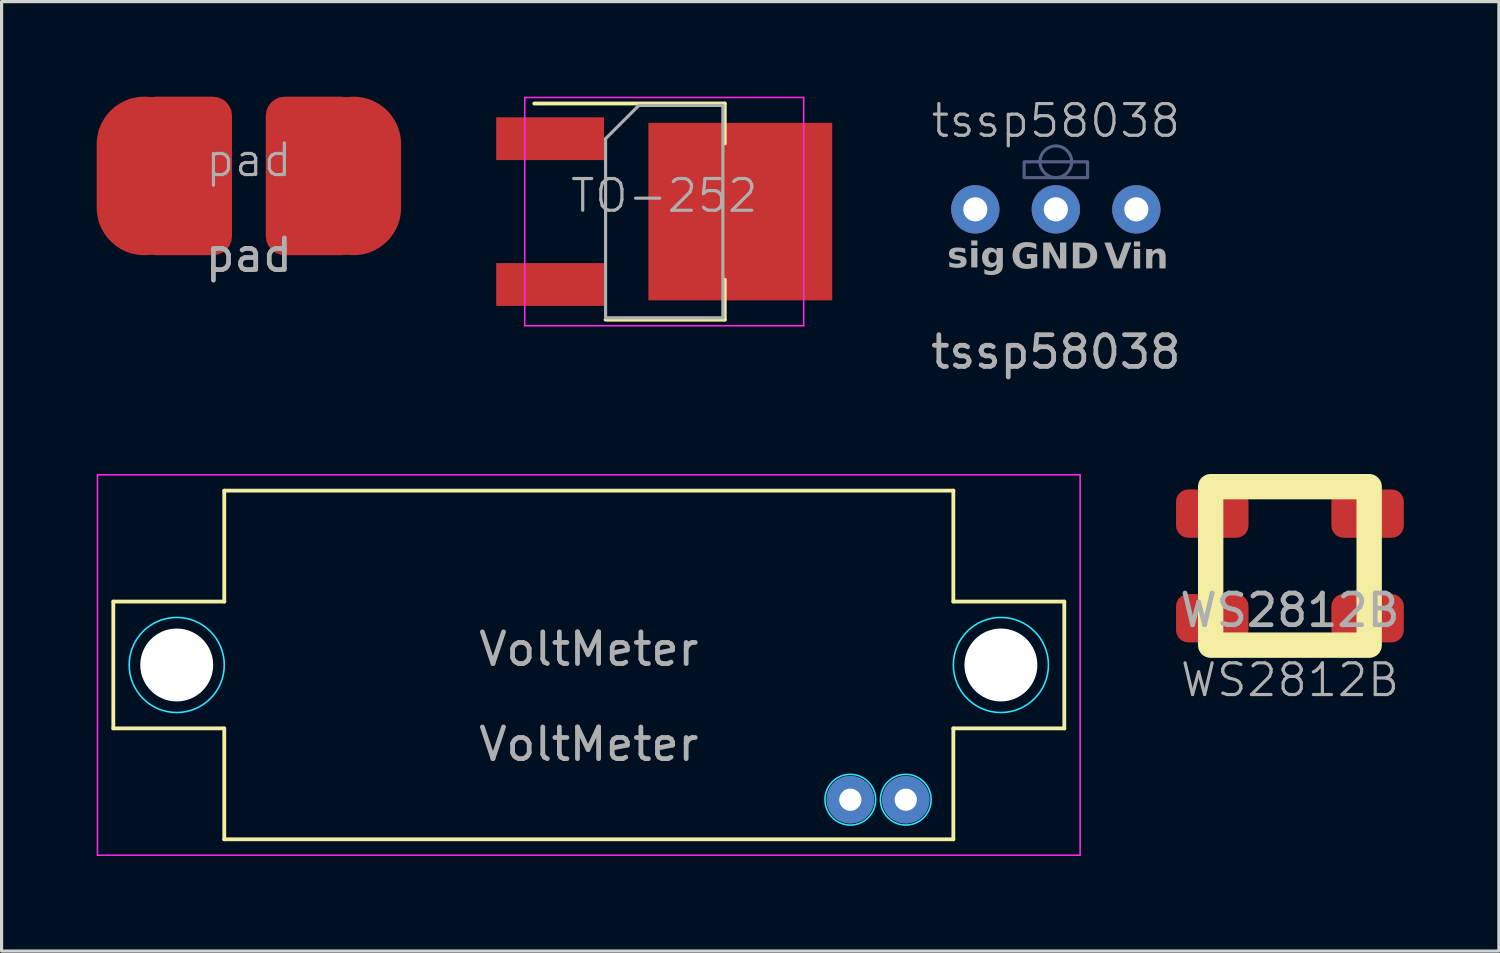
<source format=kicad_pcb>
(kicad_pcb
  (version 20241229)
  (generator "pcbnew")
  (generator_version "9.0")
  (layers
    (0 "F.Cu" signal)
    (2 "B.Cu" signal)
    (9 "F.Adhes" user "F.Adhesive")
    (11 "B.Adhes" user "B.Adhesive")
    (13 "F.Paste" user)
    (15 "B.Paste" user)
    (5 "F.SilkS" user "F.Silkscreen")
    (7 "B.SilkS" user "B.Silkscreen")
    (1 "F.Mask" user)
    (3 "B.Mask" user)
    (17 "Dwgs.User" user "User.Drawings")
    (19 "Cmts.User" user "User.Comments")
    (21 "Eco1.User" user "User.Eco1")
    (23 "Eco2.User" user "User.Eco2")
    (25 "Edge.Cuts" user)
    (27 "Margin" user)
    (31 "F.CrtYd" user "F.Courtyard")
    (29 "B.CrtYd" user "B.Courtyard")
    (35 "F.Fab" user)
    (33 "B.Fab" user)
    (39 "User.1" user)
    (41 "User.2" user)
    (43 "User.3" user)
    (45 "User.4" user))
  (footprint "tssp58038"
    (layer "F.Cu")
    (at 30.258 3.554)
    (property "Reference" "tssp58038" (at 0 -2.794 0) (unlocked yes) (layer "F.Fab") (effects (font (size 1 1) (thickness 0.1))))
    (attr through_hole)
    (fp_rect (start 1 -1.5) (end -1 -1) (stroke (width 0.1) (type solid)) (fill no) (layer "B.Fab"))
    (fp_circle (center 0 -1.5) (end 0.5 -1.5) (stroke (width 0.1) (type solid)) (fill no) (layer "B.Fab"))
    (fp_text user "${REFERENCE}" (at 0 4.5 0) (unlocked yes) (layer "F.Fab") (effects (font (size 1 1) (thickness 0.15))))
    (fp_text user "sig" (at -3.429 1.968 0) (unlocked yes) (layer "F.Fab") (effects (font (face "Arial Black") (size 0.8 0.8) (thickness 0.1)) (justify left bottom)))
    (fp_text user "GND" (at -1.422 2 0) (unlocked yes) (layer "F.Fab") (effects (font (face "Arial Black") (size 0.8 0.8) (thickness 0.1)) (justify left bottom)))
    (fp_text user "Vin" (at 1.524 2 0) (unlocked yes) (layer "F.Fab") (effects (font (face "Arial Black") (size 0.8 0.8) (thickness 0.1)) (justify left bottom)))
    (pad "1" thru_hole circle (at -2.54 0) (size 1.524 1.524) (drill 0.762) (layers "*.Cu" "*.Mask"))
    (pad "2" thru_hole circle (at 0 0) (size 1.524 1.524) (drill 0.762) (layers "*.Cu" "*.Mask"))
    (pad "3" thru_hole circle (at 2.54 0) (size 1.524 1.524) (drill 0.762) (layers "*.Cu" "*.Mask")))
  (footprint "VoltMeter"
    (layer "F.Cu")
    (at 15.525 17.928)
    (property "Reference" "VoltMeter" (at 0 -0.5 0) (unlocked yes) (layer "F.Fab") (effects (font (size 1 1) (thickness 0.15))))
    (attr through_hole)
    (fp_line (start -15 -2) (end -11.5 -2) (stroke (width 0.12) (type default)) (layer "F.SilkS"))
    (fp_line (start -15 2) (end -15 -2) (stroke (width 0.12) (type default)) (layer "F.SilkS"))
    (fp_line (start -11.5 -5.5) (end 11.5 -5.5) (stroke (width 0.12) (type default)) (layer "F.SilkS"))
    (fp_line (start -11.5 -2) (end -11.5 -5.5) (stroke (width 0.12) (type default)) (layer "F.SilkS"))
    (fp_line (start -11.5 2) (end -15 2) (stroke (width 0.12) (type default)) (layer "F.SilkS"))
    (fp_line (start -11.5 5.5) (end -11.5 2) (stroke (width 0.12) (type default)) (layer "F.SilkS"))
    (fp_line (start 11.5 -5.5) (end 11.5 -2) (stroke (width 0.12) (type default)) (layer "F.SilkS"))
    (fp_line (start 11.5 -2) (end 15 -2) (stroke (width 0.12) (type default)) (layer "F.SilkS"))
    (fp_line (start 11.5 2) (end 11.5 5.5) (stroke (width 0.12) (type default)) (layer "F.SilkS"))
    (fp_line (start 11.5 5.5) (end -11.5 5.5) (stroke (width 0.12) (type default)) (layer "F.SilkS"))
    (fp_line (start 15 -2) (end 15 2) (stroke (width 0.12) (type default)) (layer "F.SilkS"))
    (fp_line (start 15 2) (end 11.5 2) (stroke (width 0.12) (type default)) (layer "F.SilkS"))
    (fp_circle (center -13 0) (end -11.5 0) (stroke (width 0.05) (type default)) (fill no) (layer "B.CrtYd"))
    (fp_circle (center 8.25 4.25) (end 9.05 4.25) (stroke (width 0.05) (type default)) (fill no) (layer "B.CrtYd"))
    (fp_circle (center 10 4.25) (end 10.8 4.25) (stroke (width 0.05) (type default)) (fill no) (layer "B.CrtYd"))
    (fp_circle (center 13 0) (end 14.5 0) (stroke (width 0.05) (type default)) (fill no) (layer "B.CrtYd"))
    (fp_rect (start 15.5 -6) (end -15.5 6) (stroke (width 0.05) (type default)) (fill no) (layer "F.CrtYd"))
    (fp_text user "${REFERENCE}" (at 0 2.5 0) (unlocked yes) (layer "F.Fab") (effects (font (size 1 1) (thickness 0.15))))
    (pad "" np_thru_hole circle (at -13 0 90) (size 2.3 2.3) (drill 2.3) (layers "*.Cu" "*.Mask"))
    (pad "" np_thru_hole circle (at 13 0 90) (size 2.3 2.3) (drill 2.3) (layers "*.Cu" "*.Mask"))
    (pad "1" thru_hole circle (at 10 4.25 90) (size 1.5 1.5) (drill 0.7) (layers "*.Cu" "*.Mask"))
    (pad "2" thru_hole circle (at 8.25 4.25 90) (size 1.5 1.5) (drill 0.7) (layers "*.Cu" "*.Mask")))
  (footprint "pad"
    (layer "F.Cu")
    (at 4.802 2.5)
    (property "Reference" "pad" (at 0 -0.5 0) (unlocked yes) (layer "F.Fab") (effects (font (size 1 1) (thickness 0.1))))
    (attr smd)
    (fp_text user "${REFERENCE}" (at 0 2.5 0) (unlocked yes) (layer "F.Fab") (effects (font (size 1 1) (thickness 0.15))))
    (pad "1" smd oval (at -3.302 0 90) (size 5 3) (layers "F.Cu" "F.Mask" "F.Paste"))
    (pad "1" smd roundrect (at -2.032 0 90) (size 5 3) (layers "F.Cu" "F.Mask" "F.Paste") (roundrect_rratio 0.2))
    (pad "2" smd roundrect (at 2.032 0 270) (size 5 3) (layers "F.Cu" "F.Mask" "F.Paste") (roundrect_rratio 0.2))
    (pad "2" smd oval (at 3.302 0 270) (size 5 3) (layers "F.Cu" "F.Mask" "F.Paste")))
  (footprint "WS2812B"
    (layer "F.Cu")
    (at 37.643 14.803)
    (property "Reference" "WS2812B" (at 0 3.6 0) (unlocked yes) (layer "F.Fab") (effects (font (size 1 1) (thickness 0.1))))
    (attr smd)
    (fp_rect (start -2.5 -2.5) (end 2.5 2.5) (stroke (width 0.8) (type default)) (fill no) (layer "F.SilkS"))
    (fp_text user "${REFERENCE}" (at 0 1.4 0) (unlocked yes) (layer "F.Fab") (effects (font (size 1 1) (thickness 0.15))))
    (pad "1" smd roundrect (at -2.45 -1.65) (size 2.286 1.524) (layers "F.Cu" "F.Mask" "F.Paste") (roundrect_rratio 0.25))
    (pad "2" smd roundrect (at -2.45 1.65) (size 2.286 1.524) (layers "F.Cu" "F.Mask" "F.Paste") (roundrect_rratio 0.25))
    (pad "3" smd roundrect (at 2.45 1.65) (size 2.286 1.524) (layers "F.Cu" "F.Mask" "F.Paste") (roundrect_rratio 0.25))
    (pad "4" smd roundrect (at 2.45 -1.65) (size 2.286 1.524) (layers "F.Cu" "F.Mask" "F.Paste") (roundrect_rratio 0.25)))
  (footprint "TO-252"
    (layer "F.Cu")
    (at 17.904 3.625)
    (property "Reference" "TO-252" (at 0 -0.5 0) (unlocked yes) (layer "F.Fab") (effects (font (size 1 1) (thickness 0.1))))
    (attr smd)
    (fp_line (start -4.1 -3.41) (end 1.91 -3.41) (stroke (width 0.12) (type solid)) (layer "F.SilkS"))
    (fp_line (start -1.85 3.41) (end 1.91 3.41) (stroke (width 0.12) (type solid)) (layer "F.SilkS"))
    (fp_line (start 1.91 -3.41) (end 1.91 -2.15) (stroke (width 0.12) (type solid)) (layer "F.SilkS"))
    (fp_line (start 1.91 3.41) (end 1.91 2.15) (stroke (width 0.12) (type solid)) (layer "F.SilkS"))
    (fp_line (start -4.4 -3.6) (end -4.4 3.6) (stroke (width 0.05) (type solid)) (layer "F.CrtYd"))
    (fp_line (start -4.4 3.6) (end 4.4 3.6) (stroke (width 0.05) (type solid)) (layer "F.CrtYd"))
    (fp_line (start 4.4 -3.6) (end -4.4 -3.6) (stroke (width 0.05) (type solid)) (layer "F.CrtYd"))
    (fp_line (start 4.4 3.6) (end 4.4 -3.6) (stroke (width 0.05) (type solid)) (layer "F.CrtYd"))
    (fp_line (start -1.85 -2.3) (end -1.85 3.35) (stroke (width 0.1) (type solid)) (layer "F.Fab"))
    (fp_line (start -1.85 -2.3) (end -0.8 -3.35) (stroke (width 0.1) (type solid)) (layer "F.Fab"))
    (fp_line (start -1.85 3.35) (end 1.85 3.35) (stroke (width 0.1) (type solid)) (layer "F.Fab"))
    (fp_line (start -0.8 -3.35) (end 1.85 -3.35) (stroke (width 0.1) (type solid)) (layer "F.Fab"))
    (fp_line (start 1.85 -3.35) (end 1.85 3.35) (stroke (width 0.1) (type solid)) (layer "F.Fab"))
    (pad "1" smd rect (at 2.4 0) (size 5.8 5.6) (layers "F.Cu" "F.Mask" "F.Paste"))
    (pad "2" smd rect (at -3.6 -2.3) (size 3.4 1.35) (layers "F.Cu" "F.Mask" "F.Paste"))
    (pad "3" smd rect (at -3.6 2.3) (size 3.4 1.35) (layers "F.Cu" "F.Mask" "F.Paste")))
  (gr_rect
    (start -3 -3)
    (end 44.236 26.953)
    (stroke (width 0.1) (type default))
    (fill no)
    (layer "Edge.Cuts")))
</source>
